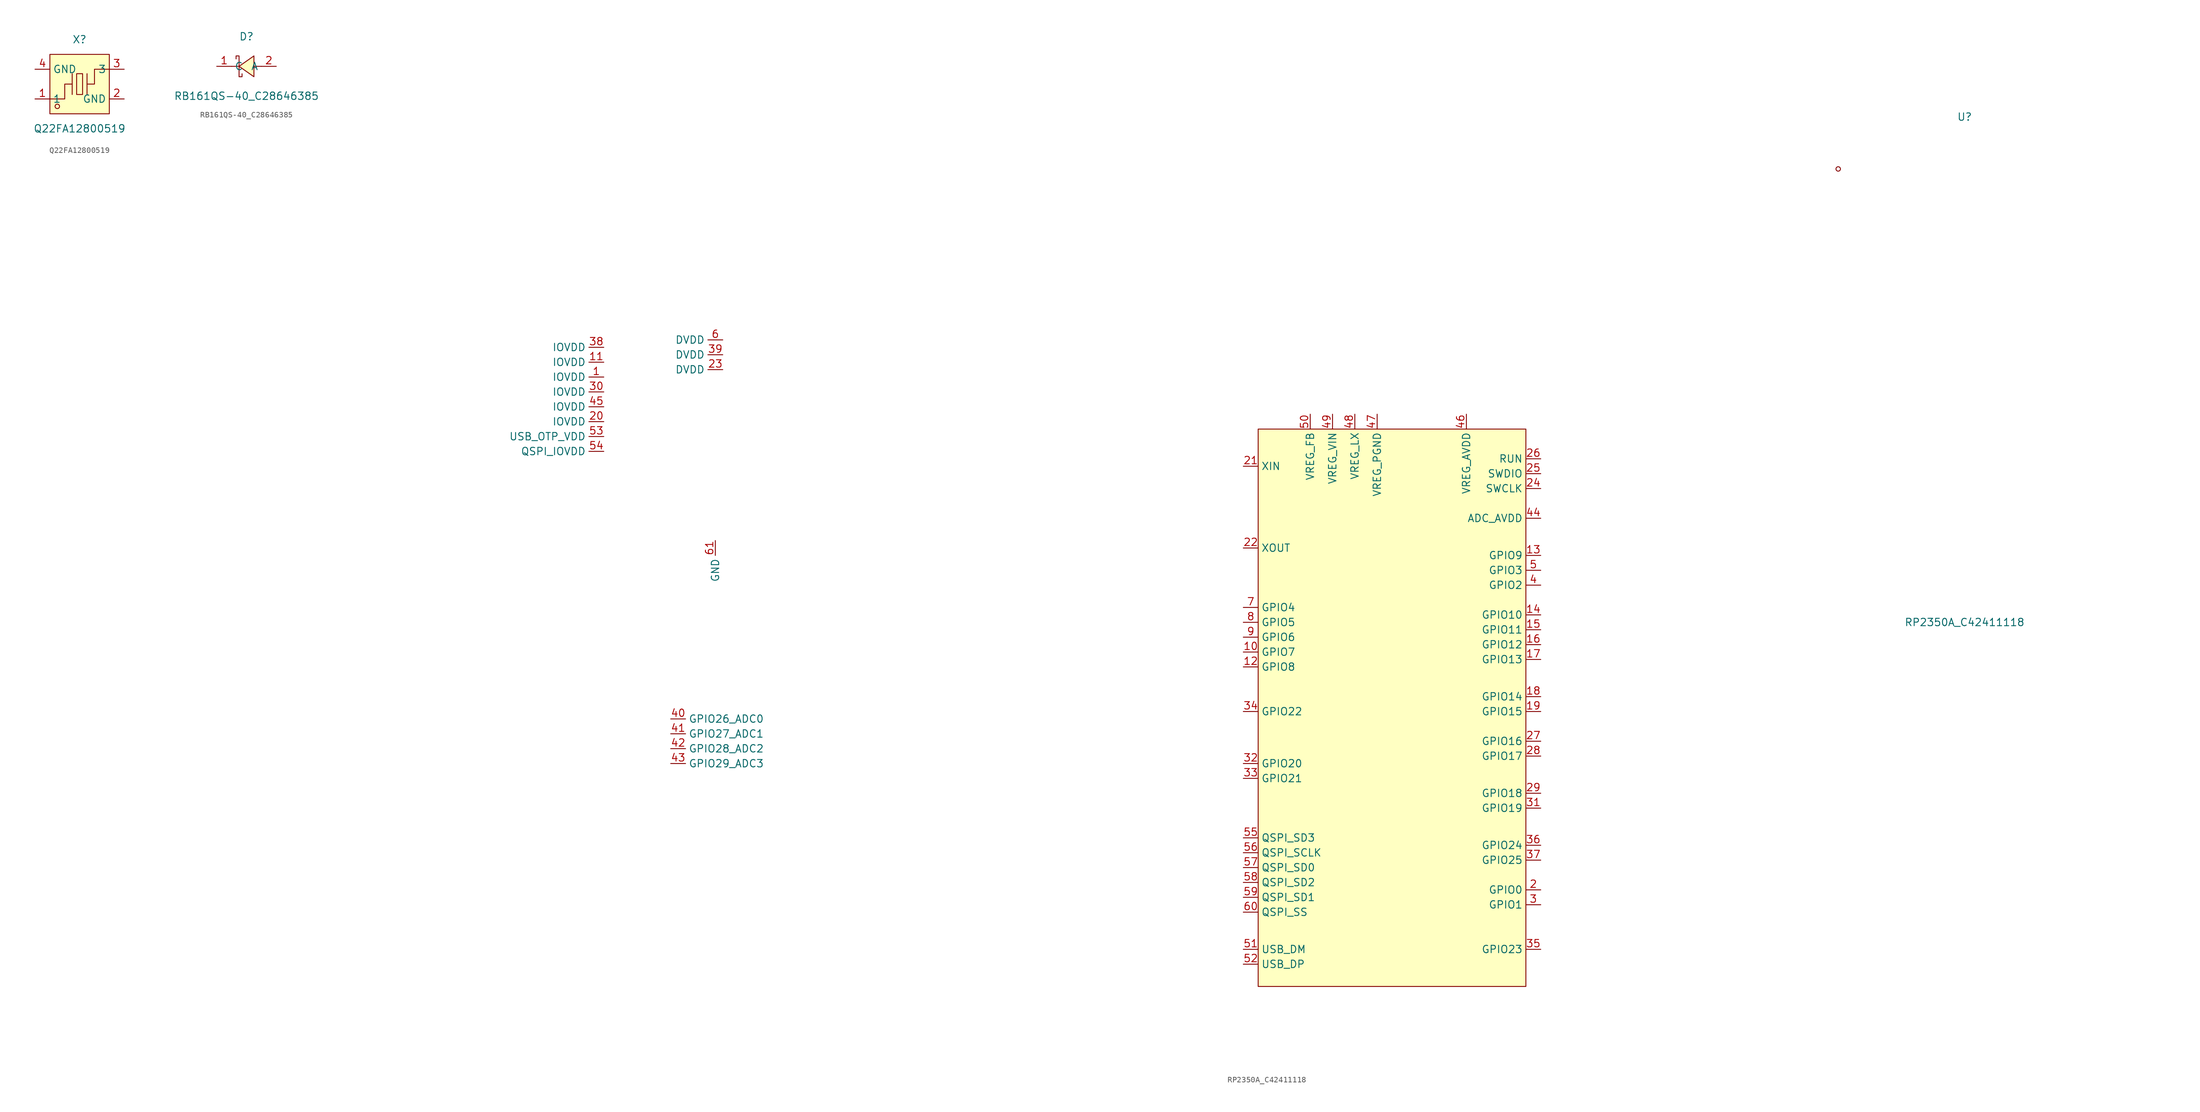
<source format=kicad_sym>
(kicad_symbol_lib
  (version 20241209)
  (generator "kicad_symbol_editor")
  (generator_version "9.0")
  (symbol "Q22FA12800519"
    (property "Reference" "X"
      (at 0 7.62 0)
      (effects (font (size 1.27 1.27))))
    (property "Value" "Q22FA12800519"
      (at 0 -7.62 0)
      (effects (font (size 1.27 1.27))))
    (symbol "Q22FA12800519_0_1"
      (rectangle (start -5.08 5.08) (end 5.08 -5.08) (stroke (width 0) (type default)) (fill (type background)))
      (polyline (pts (xy -5.08 -2.54) (xy -2.54 -2.54) (xy -2.54 0) (xy -1.27 0)) (stroke (width 0) (type default)) (fill (type none)))
      (circle (center -3.81 -3.81) (radius 0.38) (stroke (width 0) (type default)) (fill (type none)))
      (polyline (pts (xy -1.27 -1.78) (xy -1.27 1.78)) (stroke (width 0) (type default)) (fill (type none)))
      (rectangle (start -0.51 1.78) (end 0.51 -1.78) (stroke (width 0) (type default)) (fill (type background)))
      (polyline (pts (xy 1.27 -1.78) (xy 1.27 1.78)) (stroke (width 0) (type default)) (fill (type none)))
      (polyline (pts (xy 5.08 2.54) (xy 2.54 2.54) (xy 2.54 0) (xy 1.27 0)) (stroke (width 0) (type default)) (fill (type none)))
      (pin input line (at -7.62 2.54 0) (length 2.54) (name "GND" (effects (font (size 1.27 1.27)))) (number "4" (effects (font (size 1.27 1.27)))))
      (pin input line (at -7.62 -2.54 0) (length 2.54) (name "1" (effects (font (size 1.27 1.27)))) (number "1" (effects (font (size 1.27 1.27)))))
      (pin input line (at 7.62 2.54 180) (length 2.54) (name "3" (effects (font (size 1.27 1.27)))) (number "3" (effects (font (size 1.27 1.27)))))
      (pin input line (at 7.62 -2.54 180) (length 2.54) (name "GND" (effects (font (size 1.27 1.27)))) (number "2" (effects (font (size 1.27 1.27)))))))
  (symbol "RB161QS-40_C28646385"
    (property "Reference" "D"
      (at 0 5.08 0)
      (effects (font (size 1.27 1.27))))
    (property "Value" "RB161QS-40_C28646385"
      (at 0 -5.08 0)
      (effects (font (size 1.27 1.27))))
    (symbol "RB161QS-40_C28646385_0_1"
      (polyline (pts (xy -1.78 1.27) (xy -1.78 1.78) (xy -1.27 1.78) (xy -1.27 -1.78) (xy -0.76 -1.78) (xy -0.76 -1.27)) (stroke (width 0) (type default)) (fill (type none)))
      (polyline (pts (xy -1.27 0) (xy -2.54 0)) (stroke (width 0) (type default)) (fill (type none)))
      (polyline (pts (xy 1.27 1.78) (xy -1.27 0) (xy 1.27 -1.78) (xy 1.27 1.78)) (stroke (width 0) (type default)) (fill (type background)))
      (polyline (pts (xy 2.54 0) (xy 1.27 0)) (stroke (width 0) (type default)) (fill (type none)))
      (pin unspecified line (at -5.08 0 0) (length 2.54) (name "C" (effects (font (size 1.27 1.27)))) (number "1" (effects (font (size 1.27 1.27)))))
      (pin unspecified line (at 5.08 0 180) (length 2.54) (name "A" (effects (font (size 1.27 1.27)))) (number "2" (effects (font (size 1.27 1.27)))))))
  (symbol "RP2350A_C42411118"
    (property "Reference" "U"
      (at 97.79 88.9 0)
      (effects (font (size 1.27 1.27))))
    (property "Value" "RP2350A_C42411118"
      (at 97.79 2.54 0)
      (effects (font (size 1.27 1.27))))
    (symbol "RP2350A_C42411118_0_1"
      (rectangle (start -22.86 35.56) (end 22.86 -59.69) (stroke (width 0) (type default)) (fill (type background)))
      (circle (center 76.2 80.01) (radius 0.38) (stroke (width 0) (type default)) (fill (type none)))
      (pin unspecified line (at -134.62 49.53 180) (length 2.54) (name "IOVDD" (effects (font (size 1.27 1.27)))) (number "38" (effects (font (size 1.27 1.27)))))
      (pin unspecified line (at -134.62 46.99 180) (length 2.54) (name "IOVDD" (effects (font (size 1.27 1.27)))) (number "11" (effects (font (size 1.27 1.27)))))
      (pin unspecified line (at -134.62 44.45 180) (length 2.54) (name "IOVDD" (effects (font (size 1.27 1.27)))) (number "1" (effects (font (size 1.27 1.27)))))
      (pin unspecified line (at -134.62 41.91 180) (length 2.54) (name "IOVDD" (effects (font (size 1.27 1.27)))) (number "30" (effects (font (size 1.27 1.27)))))
      (pin unspecified line (at -134.62 39.37 180) (length 2.54) (name "IOVDD" (effects (font (size 1.27 1.27)))) (number "45" (effects (font (size 1.27 1.27)))))
      (pin unspecified line (at -134.62 36.83 180) (length 2.54) (name "IOVDD" (effects (font (size 1.27 1.27)))) (number "20" (effects (font (size 1.27 1.27)))))
      (pin unspecified line (at -134.62 34.29 180) (length 2.54) (name "USB_OTP_VDD" (effects (font (size 1.27 1.27)))) (number "53" (effects (font (size 1.27 1.27)))))
      (pin unspecified line (at -134.62 31.75 180) (length 2.54) (name "QSPI_IOVDD" (effects (font (size 1.27 1.27)))) (number "54" (effects (font (size 1.27 1.27)))))
      (pin unspecified line (at -123.19 -13.97 0) (length 2.54) (name "GPIO26_ADC0" (effects (font (size 1.27 1.27)))) (number "40" (effects (font (size 1.27 1.27)))))
      (pin unspecified line (at -123.19 -16.51 0) (length 2.54) (name "GPIO27_ADC1" (effects (font (size 1.27 1.27)))) (number "41" (effects (font (size 1.27 1.27)))))
      (pin unspecified line (at -123.19 -19.05 0) (length 2.54) (name "GPIO28_ADC2" (effects (font (size 1.27 1.27)))) (number "42" (effects (font (size 1.27 1.27)))))
      (pin unspecified line (at -123.19 -21.59 0) (length 2.54) (name "GPIO29_ADC3" (effects (font (size 1.27 1.27)))) (number "43" (effects (font (size 1.27 1.27)))))
      (pin unspecified line (at -115.57 16.51 270) (length 2.54) (name "GND" (effects (font (size 1.27 1.27)))) (number "61" (effects (font (size 1.27 1.27)))))
      (pin unspecified line (at -114.3 50.8 180) (length 2.54) (name "DVDD" (effects (font (size 1.27 1.27)))) (number "6" (effects (font (size 1.27 1.27)))))
      (pin unspecified line (at -114.3 48.26 180) (length 2.54) (name "DVDD" (effects (font (size 1.27 1.27)))) (number "39" (effects (font (size 1.27 1.27)))))
      (pin unspecified line (at -114.3 45.72 180) (length 2.54) (name "DVDD" (effects (font (size 1.27 1.27)))) (number "23" (effects (font (size 1.27 1.27)))))
      (pin unspecified line (at -25.4 29.21 0) (length 2.54) (name "XIN" (effects (font (size 1.27 1.27)))) (number "21" (effects (font (size 1.27 1.27)))))
      (pin unspecified line (at -25.4 15.24 0) (length 2.54) (name "XOUT" (effects (font (size 1.27 1.27)))) (number "22" (effects (font (size 1.27 1.27)))))
      (pin unspecified line (at -25.4 5.08 0) (length 2.54) (name "GPIO4" (effects (font (size 1.27 1.27)))) (number "7" (effects (font (size 1.27 1.27)))))
      (pin unspecified line (at -25.4 2.54 0) (length 2.54) (name "GPIO5" (effects (font (size 1.27 1.27)))) (number "8" (effects (font (size 1.27 1.27)))))
      (pin unspecified line (at -25.4 0 0) (length 2.54) (name "GPIO6" (effects (font (size 1.27 1.27)))) (number "9" (effects (font (size 1.27 1.27)))))
      (pin unspecified line (at -25.4 -2.54 0) (length 2.54) (name "GPIO7" (effects (font (size 1.27 1.27)))) (number "10" (effects (font (size 1.27 1.27)))))
      (pin unspecified line (at -25.4 -5.08 0) (length 2.54) (name "GPIO8" (effects (font (size 1.27 1.27)))) (number "12" (effects (font (size 1.27 1.27)))))
      (pin unspecified line (at -25.4 -12.7 0) (length 2.54) (name "GPIO22" (effects (font (size 1.27 1.27)))) (number "34" (effects (font (size 1.27 1.27)))))
      (pin unspecified line (at -25.4 -21.59 0) (length 2.54) (name "GPIO20" (effects (font (size 1.27 1.27)))) (number "32" (effects (font (size 1.27 1.27)))))
      (pin unspecified line (at -25.4 -24.13 0) (length 2.54) (name "GPIO21" (effects (font (size 1.27 1.27)))) (number "33" (effects (font (size 1.27 1.27)))))
      (pin unspecified line (at -25.4 -34.29 0) (length 2.54) (name "QSPI_SD3" (effects (font (size 1.27 1.27)))) (number "55" (effects (font (size 1.27 1.27)))))
      (pin unspecified line (at -25.4 -36.83 0) (length 2.54) (name "QSPI_SCLK" (effects (font (size 1.27 1.27)))) (number "56" (effects (font (size 1.27 1.27)))))
      (pin unspecified line (at -25.4 -39.37 0) (length 2.54) (name "QSPI_SD0" (effects (font (size 1.27 1.27)))) (number "57" (effects (font (size 1.27 1.27)))))
      (pin unspecified line (at -25.4 -41.91 0) (length 2.54) (name "QSPI_SD2" (effects (font (size 1.27 1.27)))) (number "58" (effects (font (size 1.27 1.27)))))
      (pin unspecified line (at -25.4 -44.45 0) (length 2.54) (name "QSPI_SD1" (effects (font (size 1.27 1.27)))) (number "59" (effects (font (size 1.27 1.27)))))
      (pin unspecified line (at -25.4 -46.99 0) (length 2.54) (name "QSPI_SS" (effects (font (size 1.27 1.27)))) (number "60" (effects (font (size 1.27 1.27)))))
      (pin unspecified line (at -25.4 -53.34 0) (length 2.54) (name "USB_DM" (effects (font (size 1.27 1.27)))) (number "51" (effects (font (size 1.27 1.27)))))
      (pin unspecified line (at -25.4 -55.88 0) (length 2.54) (name "USB_DP" (effects (font (size 1.27 1.27)))) (number "52" (effects (font (size 1.27 1.27)))))
      (pin unspecified line (at -13.97 38.1 270) (length 2.54) (name "VREG_FB" (effects (font (size 1.27 1.27)))) (number "50" (effects (font (size 1.27 1.27)))))
      (pin unspecified line (at -10.16 38.1 270) (length 2.54) (name "VREG_VIN" (effects (font (size 1.27 1.27)))) (number "49" (effects (font (size 1.27 1.27)))))
      (pin unspecified line (at -6.35 38.1 270) (length 2.54) (name "VREG_LX" (effects (font (size 1.27 1.27)))) (number "48" (effects (font (size 1.27 1.27)))))
      (pin unspecified line (at -2.54 38.1 270) (length 2.54) (name "VREG_PGND" (effects (font (size 1.27 1.27)))) (number "47" (effects (font (size 1.27 1.27)))))
      (pin unspecified line (at 12.7 38.1 270) (length 2.54) (name "VREG_AVDD" (effects (font (size 1.27 1.27)))) (number "46" (effects (font (size 1.27 1.27)))))
      (pin unspecified line (at 25.4 30.48 180) (length 2.54) (name "RUN" (effects (font (size 1.27 1.27)))) (number "26" (effects (font (size 1.27 1.27)))))
      (pin unspecified line (at 25.4 27.94 180) (length 2.54) (name "SWDIO" (effects (font (size 1.27 1.27)))) (number "25" (effects (font (size 1.27 1.27)))))
      (pin unspecified line (at 25.4 25.4 180) (length 2.54) (name "SWCLK" (effects (font (size 1.27 1.27)))) (number "24" (effects (font (size 1.27 1.27)))))
      (pin unspecified line (at 25.4 20.32 180) (length 2.54) (name "ADC_AVDD" (effects (font (size 1.27 1.27)))) (number "44" (effects (font (size 1.27 1.27)))))
      (pin unspecified line (at 25.4 13.97 180) (length 2.54) (name "GPIO9" (effects (font (size 1.27 1.27)))) (number "13" (effects (font (size 1.27 1.27)))))
      (pin unspecified line (at 25.4 11.43 180) (length 2.54) (name "GPIO3" (effects (font (size 1.27 1.27)))) (number "5" (effects (font (size 1.27 1.27)))))
      (pin unspecified line (at 25.4 8.89 180) (length 2.54) (name "GPIO2" (effects (font (size 1.27 1.27)))) (number "4" (effects (font (size 1.27 1.27)))))
      (pin unspecified line (at 25.4 3.81 180) (length 2.54) (name "GPIO10" (effects (font (size 1.27 1.27)))) (number "14" (effects (font (size 1.27 1.27)))))
      (pin unspecified line (at 25.4 1.27 180) (length 2.54) (name "GPIO11" (effects (font (size 1.27 1.27)))) (number "15" (effects (font (size 1.27 1.27)))))
      (pin unspecified line (at 25.4 -1.27 180) (length 2.54) (name "GPIO12" (effects (font (size 1.27 1.27)))) (number "16" (effects (font (size 1.27 1.27)))))
      (pin unspecified line (at 25.4 -3.81 180) (length 2.54) (name "GPIO13" (effects (font (size 1.27 1.27)))) (number "17" (effects (font (size 1.27 1.27)))))
      (pin unspecified line (at 25.4 -10.16 180) (length 2.54) (name "GPIO14" (effects (font (size 1.27 1.27)))) (number "18" (effects (font (size 1.27 1.27)))))
      (pin unspecified line (at 25.4 -12.7 180) (length 2.54) (name "GPIO15" (effects (font (size 1.27 1.27)))) (number "19" (effects (font (size 1.27 1.27)))))
      (pin unspecified line (at 25.4 -17.78 180) (length 2.54) (name "GPIO16" (effects (font (size 1.27 1.27)))) (number "27" (effects (font (size 1.27 1.27)))))
      (pin unspecified line (at 25.4 -20.32 180) (length 2.54) (name "GPIO17" (effects (font (size 1.27 1.27)))) (number "28" (effects (font (size 1.27 1.27)))))
      (pin unspecified line (at 25.4 -26.67 180) (length 2.54) (name "GPIO18" (effects (font (size 1.27 1.27)))) (number "29" (effects (font (size 1.27 1.27)))))
      (pin unspecified line (at 25.4 -29.21 180) (length 2.54) (name "GPIO19" (effects (font (size 1.27 1.27)))) (number "31" (effects (font (size 1.27 1.27)))))
      (pin unspecified line (at 25.4 -35.56 180) (length 2.54) (name "GPIO24" (effects (font (size 1.27 1.27)))) (number "36" (effects (font (size 1.27 1.27)))))
      (pin unspecified line (at 25.4 -38.1 180) (length 2.54) (name "GPIO25" (effects (font (size 1.27 1.27)))) (number "37" (effects (font (size 1.27 1.27)))))
      (pin unspecified line (at 25.4 -43.18 180) (length 2.54) (name "GPIO0" (effects (font (size 1.27 1.27)))) (number "2" (effects (font (size 1.27 1.27)))))
      (pin unspecified line (at 25.4 -45.72 180) (length 2.54) (name "GPIO1" (effects (font (size 1.27 1.27)))) (number "3" (effects (font (size 1.27 1.27)))))
      (pin unspecified line (at 25.4 -53.34 180) (length 2.54) (name "GPIO23" (effects (font (size 1.27 1.27)))) (number "35" (effects (font (size 1.27 1.27))))))))
</source>
